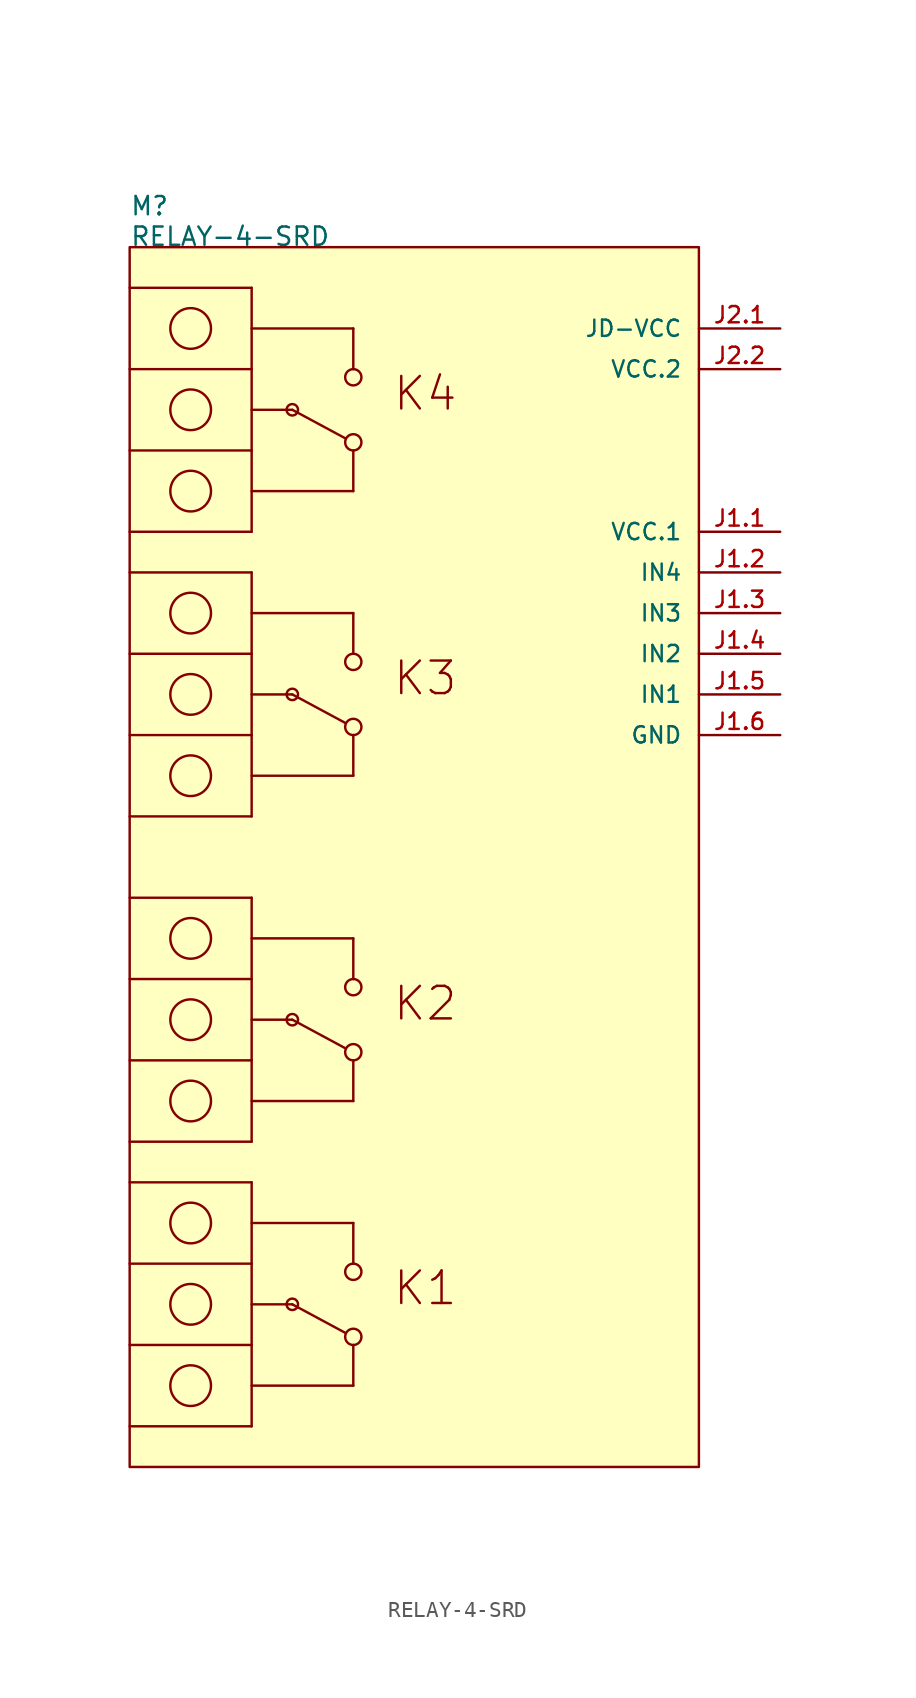
<source format=kicad_sym>
(kicad_symbol_lib
  (version 20231120)
  (generator "kicad_symbol_editor")
  (generator_version "8.0")
  (symbol "RELAY-4-SRD"
    (pin_names
      (offset 1.016))
    (property "Reference" "M"
      (at -17.78 40.005 0)
      (effects (font (size 1.143 1.143)) (justify left bottom)))
    (property "Value" "RELAY-4-SRD"
      (at -17.78 38.1 0)
      (effects (font (size 1.143 1.143)) (justify left bottom)))
    (property "ki_locked" ""
      (at 0 0 0)
      (effects (font (size 1.27 1.27))))
    (symbol "RELAY-4-SRD_1_0"
      (polyline (pts (xy -17.78 -35.56) (xy -10.16 -35.56)) (stroke (width 0) (type default)) (fill (type none)))
      (polyline (pts (xy -17.78 -17.78) (xy -10.16 -17.78)) (stroke (width 0) (type default)) (fill (type none)))
      (polyline (pts (xy -17.78 2.54) (xy -10.16 2.54)) (stroke (width 0) (type default)) (fill (type none)))
      (polyline (pts (xy -17.78 25.4) (xy -10.16 25.4)) (stroke (width 0) (type default)) (fill (type none)))
      (polyline (pts (xy -17.78 30.48) (xy -10.16 30.48)) (stroke (width 0) (type default)) (fill (type none)))
      (polyline (pts (xy -17.78 35.56) (xy -10.16 35.56)) (stroke (width 0) (type default)) (fill (type none)))
      (polyline (pts (xy -10.16 -35.56) (xy -10.16 -30.48)) (stroke (width 0) (type default)) (fill (type none)))
      (polyline (pts (xy -10.16 -33.02) (xy -3.81 -33.02)) (stroke (width 0) (type default)) (fill (type none)))
      (polyline (pts (xy -10.16 -30.48) (xy -17.78 -30.48)) (stroke (width 0) (type default)) (fill (type none)))
      (polyline (pts (xy -10.16 -30.48) (xy -10.16 -25.4)) (stroke (width 0) (type default)) (fill (type none)))
      (polyline (pts (xy -10.16 -27.94) (xy -7.62 -27.94)) (stroke (width 0) (type default)) (fill (type none)))
      (polyline (pts (xy -10.16 -25.4) (xy -17.78 -25.4)) (stroke (width 0) (type default)) (fill (type none)))
      (polyline (pts (xy -10.16 -25.4) (xy -10.16 -20.32)) (stroke (width 0) (type default)) (fill (type none)))
      (polyline (pts (xy -10.16 -22.86) (xy -3.81 -22.86)) (stroke (width 0) (type default)) (fill (type none)))
      (polyline (pts (xy -10.16 -20.32) (xy -17.78 -20.32)) (stroke (width 0) (type default)) (fill (type none)))
      (polyline (pts (xy -10.16 -17.78) (xy -10.16 -12.7)) (stroke (width 0) (type default)) (fill (type none)))
      (polyline (pts (xy -10.16 -15.24) (xy -3.81 -15.24)) (stroke (width 0) (type default)) (fill (type none)))
      (polyline (pts (xy -10.16 -12.7) (xy -17.78 -12.7)) (stroke (width 0) (type default)) (fill (type none)))
      (polyline (pts (xy -10.16 -12.7) (xy -10.16 -7.62)) (stroke (width 0) (type default)) (fill (type none)))
      (polyline (pts (xy -10.16 -10.16) (xy -7.62 -10.16)) (stroke (width 0) (type default)) (fill (type none)))
      (polyline (pts (xy -10.16 -7.62) (xy -17.78 -7.62)) (stroke (width 0) (type default)) (fill (type none)))
      (polyline (pts (xy -10.16 -7.62) (xy -10.16 -2.54)) (stroke (width 0) (type default)) (fill (type none)))
      (polyline (pts (xy -10.16 -5.08) (xy -3.81 -5.08)) (stroke (width 0) (type default)) (fill (type none)))
      (polyline (pts (xy -10.16 -2.54) (xy -17.78 -2.54)) (stroke (width 0) (type default)) (fill (type none)))
      (polyline (pts (xy -10.16 2.54) (xy -10.16 7.62)) (stroke (width 0) (type default)) (fill (type none)))
      (polyline (pts (xy -10.16 5.08) (xy -3.81 5.08)) (stroke (width 0) (type default)) (fill (type none)))
      (polyline (pts (xy -10.16 7.62) (xy -17.78 7.62)) (stroke (width 0) (type default)) (fill (type none)))
      (polyline (pts (xy -10.16 7.62) (xy -10.16 12.7)) (stroke (width 0) (type default)) (fill (type none)))
      (polyline (pts (xy -10.16 10.16) (xy -7.62 10.16)) (stroke (width 0) (type default)) (fill (type none)))
      (polyline (pts (xy -10.16 12.7) (xy -17.78 12.7)) (stroke (width 0) (type default)) (fill (type none)))
      (polyline (pts (xy -10.16 12.7) (xy -10.16 17.78)) (stroke (width 0) (type default)) (fill (type none)))
      (polyline (pts (xy -10.16 15.24) (xy -3.81 15.24)) (stroke (width 0) (type default)) (fill (type none)))
      (polyline (pts (xy -10.16 17.78) (xy -17.78 17.78)) (stroke (width 0) (type default)) (fill (type none)))
      (polyline (pts (xy -10.16 20.32) (xy -17.78 20.32)) (stroke (width 0) (type default)) (fill (type none)))
      (polyline (pts (xy -10.16 22.86) (xy -3.81 22.86)) (stroke (width 0) (type default)) (fill (type none)))
      (polyline (pts (xy -10.16 25.4) (xy -10.16 20.32)) (stroke (width 0) (type default)) (fill (type none)))
      (polyline (pts (xy -10.16 27.94) (xy -7.62 27.94)) (stroke (width 0) (type default)) (fill (type none)))
      (polyline (pts (xy -10.16 30.48) (xy -10.16 25.4)) (stroke (width 0) (type default)) (fill (type none)))
      (polyline (pts (xy -10.16 33.02) (xy -3.81 33.02)) (stroke (width 0) (type default)) (fill (type none)))
      (polyline (pts (xy -10.16 35.56) (xy -10.16 30.48)) (stroke (width 0) (type default)) (fill (type none)))
      (polyline (pts (xy -7.62 -27.94) (xy -4.318 -29.718)) (stroke (width 0) (type default)) (fill (type none)))
      (polyline (pts (xy -7.62 -10.16) (xy -4.318 -11.938)) (stroke (width 0) (type default)) (fill (type none)))
      (polyline (pts (xy -7.62 10.16) (xy -4.318 8.382)) (stroke (width 0) (type default)) (fill (type none)))
      (polyline (pts (xy -7.62 27.94) (xy -4.318 26.162)) (stroke (width 0) (type default)) (fill (type none)))
      (polyline (pts (xy -3.81 -33.02) (xy -3.81 -30.48)) (stroke (width 0) (type default)) (fill (type none)))
      (polyline (pts (xy -3.81 -22.86) (xy -3.81 -25.4)) (stroke (width 0) (type default)) (fill (type none)))
      (polyline (pts (xy -3.81 -15.24) (xy -3.81 -12.7)) (stroke (width 0) (type default)) (fill (type none)))
      (polyline (pts (xy -3.81 -5.08) (xy -3.81 -7.62)) (stroke (width 0) (type default)) (fill (type none)))
      (polyline (pts (xy -3.81 5.08) (xy -3.81 7.62)) (stroke (width 0) (type default)) (fill (type none)))
      (polyline (pts (xy -3.81 15.24) (xy -3.81 12.7)) (stroke (width 0) (type default)) (fill (type none)))
      (polyline (pts (xy -3.81 22.86) (xy -3.81 25.4)) (stroke (width 0) (type default)) (fill (type none)))
      (polyline (pts (xy -3.81 33.02) (xy -3.81 30.48)) (stroke (width 0) (type default)) (fill (type none)))
      (text "K1" (at 0.686 -26.924 0) (effects (font (size 2.032 2.032))))
      (text "K2" (at 0.686 -9.144 0) (effects (font (size 2.032 2.032))))
      (text "K3" (at 0.686 11.176 0) (effects (font (size 2.032 2.032))))
      (text "K4" (at 0.686 28.956 0) (effects (font (size 2.032 2.032)))))
    (symbol "RELAY-4-SRD_1_1"
      (rectangle (start -17.78 -38.1) (end 17.78 38.1) (stroke (width 0) (type default)) (fill (type background)))
      (circle (center -13.97 -33.02) (radius 1.27) (stroke (width 0) (type default)) (fill (type none)))
      (circle (center -13.97 -27.94) (radius 1.27) (stroke (width 0) (type default)) (fill (type none)))
      (circle (center -13.97 -22.86) (radius 1.27) (stroke (width 0) (type default)) (fill (type none)))
      (circle (center -13.97 -15.24) (radius 1.27) (stroke (width 0) (type default)) (fill (type none)))
      (circle (center -13.97 -10.16) (radius 1.27) (stroke (width 0) (type default)) (fill (type none)))
      (circle (center -13.97 -5.08) (radius 1.27) (stroke (width 0) (type default)) (fill (type none)))
      (circle (center -13.97 5.08) (radius 1.27) (stroke (width 0) (type default)) (fill (type none)))
      (circle (center -13.97 10.16) (radius 1.27) (stroke (width 0) (type default)) (fill (type none)))
      (circle (center -13.97 15.24) (radius 1.27) (stroke (width 0) (type default)) (fill (type none)))
      (circle (center -13.97 22.86) (radius 1.27) (stroke (width 0) (type default)) (fill (type none)))
      (circle (center -13.97 27.94) (radius 1.27) (stroke (width 0) (type default)) (fill (type none)))
      (circle (center -13.97 33.02) (radius 1.27) (stroke (width 0) (type default)) (fill (type none)))
      (circle (center -7.62 -27.94) (radius 0.356) (stroke (width 0) (type default)) (fill (type none)))
      (circle (center -7.62 -10.16) (radius 0.356) (stroke (width 0) (type default)) (fill (type none)))
      (circle (center -7.62 10.16) (radius 0.356) (stroke (width 0) (type default)) (fill (type none)))
      (circle (center -7.62 27.94) (radius 0.356) (stroke (width 0) (type default)) (fill (type none)))
      (circle (center -3.81 -29.972) (radius 0.508) (stroke (width 0) (type default)) (fill (type none)))
      (circle (center -3.81 -25.908) (radius 0.508) (stroke (width 0) (type default)) (fill (type none)))
      (circle (center -3.81 -12.192) (radius 0.508) (stroke (width 0) (type default)) (fill (type none)))
      (circle (center -3.81 -8.128) (radius 0.508) (stroke (width 0) (type default)) (fill (type none)))
      (circle (center -3.81 8.128) (radius 0.508) (stroke (width 0) (type default)) (fill (type none)))
      (circle (center -3.81 12.192) (radius 0.508) (stroke (width 0) (type default)) (fill (type none)))
      (circle (center -3.81 25.908) (radius 0.508) (stroke (width 0) (type default)) (fill (type none)))
      (circle (center -3.81 29.972) (radius 0.508) (stroke (width 0) (type default)) (fill (type none)))
      (pin power_in line (at 22.86 20.32 180) (length 5.08) (name "VCC.1" (effects (font (size 1.016 1.016)))) (number "J1.1" (effects (font (size 1.016 1.016)))))
      (pin bidirectional line (at 22.86 17.78 180) (length 5.08) (name "IN4" (effects (font (size 1.016 1.016)))) (number "J1.2" (effects (font (size 1.016 1.016)))))
      (pin bidirectional line (at 22.86 15.24 180) (length 5.08) (name "IN3" (effects (font (size 1.016 1.016)))) (number "J1.3" (effects (font (size 1.016 1.016)))))
      (pin bidirectional line (at 22.86 12.7 180) (length 5.08) (name "IN2" (effects (font (size 1.016 1.016)))) (number "J1.4" (effects (font (size 1.016 1.016)))))
      (pin bidirectional line (at 22.86 10.16 180) (length 5.08) (name "IN1" (effects (font (size 1.016 1.016)))) (number "J1.5" (effects (font (size 1.016 1.016)))))
      (pin power_in line (at 22.86 7.62 180) (length 5.08) (name "GND" (effects (font (size 1.016 1.016)))) (number "J1.6" (effects (font (size 1.016 1.016)))))
      (pin bidirectional line (at 22.86 33.02 180) (length 5.08) (name "JD-VCC" (effects (font (size 1.016 1.016)))) (number "J2.1" (effects (font (size 1.016 1.016)))))
      (pin power_in line (at 22.86 30.48 180) (length 5.08) (name "VCC.2" (effects (font (size 1.016 1.016)))) (number "J2.2" (effects (font (size 1.016 1.016))))))))
</source>
